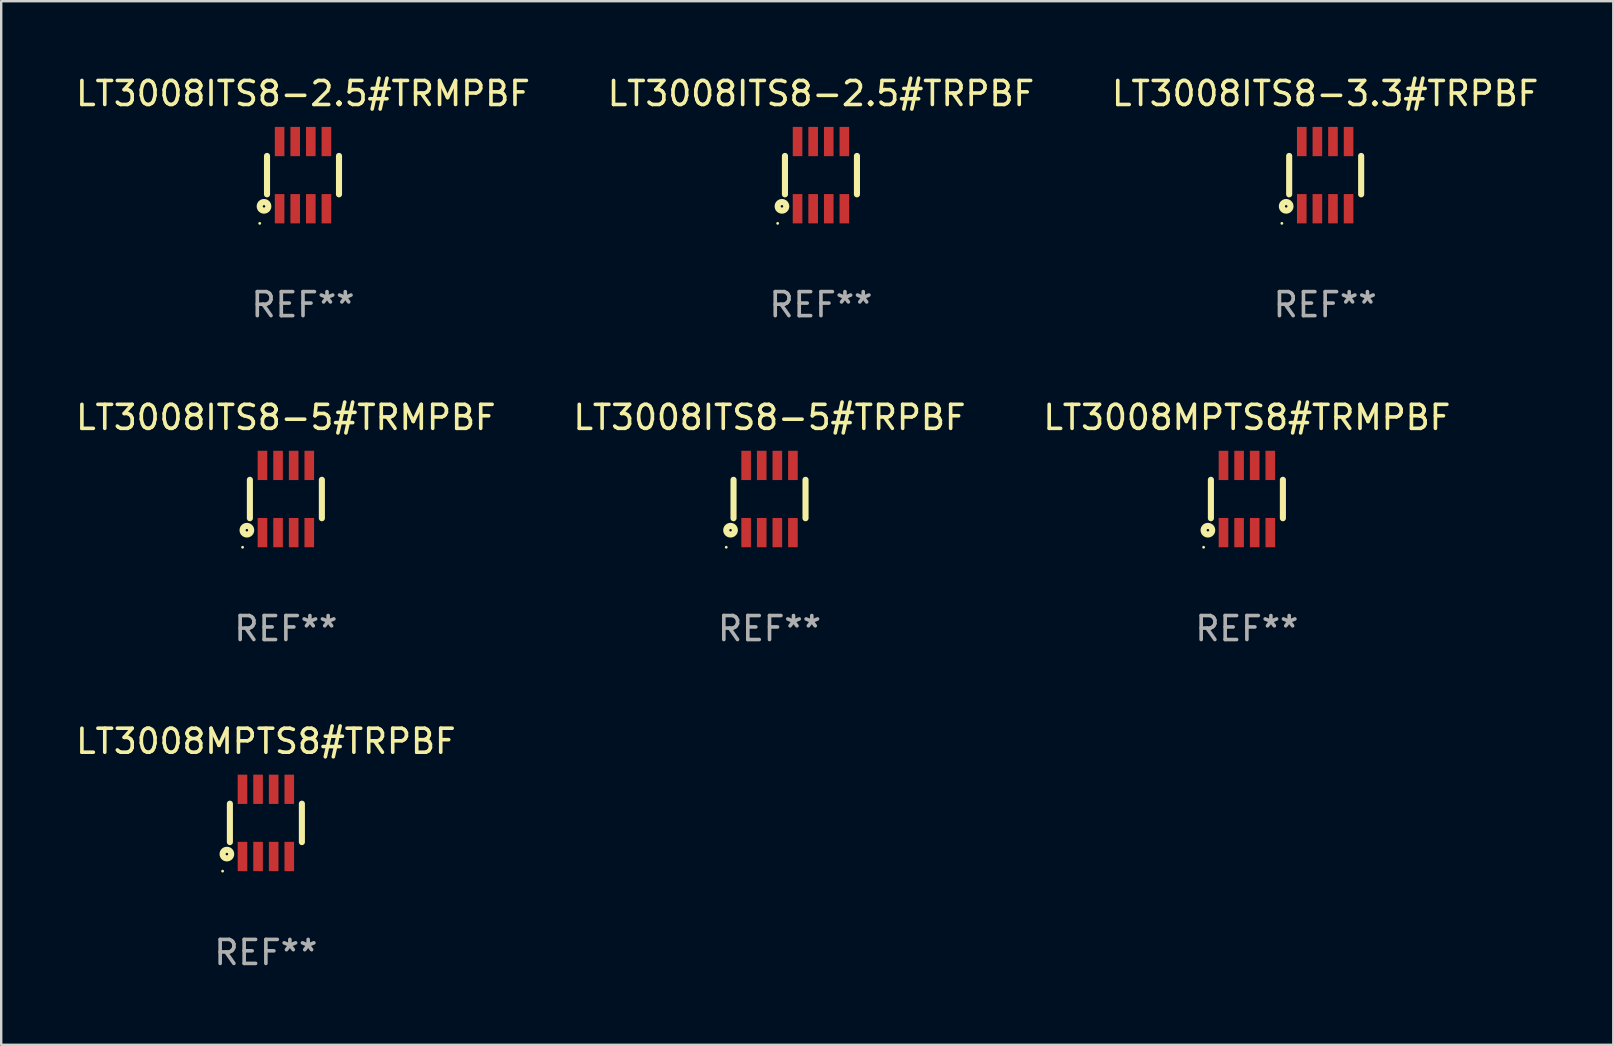
<source format=kicad_pcb>
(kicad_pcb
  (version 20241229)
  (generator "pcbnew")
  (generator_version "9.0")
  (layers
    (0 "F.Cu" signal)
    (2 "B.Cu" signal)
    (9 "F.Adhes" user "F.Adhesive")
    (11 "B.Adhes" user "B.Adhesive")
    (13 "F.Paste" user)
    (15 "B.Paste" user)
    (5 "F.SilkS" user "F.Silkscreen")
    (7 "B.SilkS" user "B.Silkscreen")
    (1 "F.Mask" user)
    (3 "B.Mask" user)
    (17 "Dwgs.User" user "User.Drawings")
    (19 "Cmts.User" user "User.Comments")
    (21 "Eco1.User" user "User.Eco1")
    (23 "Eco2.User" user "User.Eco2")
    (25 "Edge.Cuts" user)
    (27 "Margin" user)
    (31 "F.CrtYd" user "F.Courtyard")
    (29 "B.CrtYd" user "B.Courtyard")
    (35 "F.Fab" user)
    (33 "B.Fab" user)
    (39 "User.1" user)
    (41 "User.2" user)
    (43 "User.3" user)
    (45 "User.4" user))
  (footprint "LT3008MPTS8#TRMPBF"
    (layer "F.Cu")
    (at 48.911 17.745)
    (property "Reference" "LT3008MPTS8#TRMPBF" (at 0 -3.4 0) (layer "F.SilkS") (effects (font (size 1 1) (thickness 0.15))))
    (attr through_hole)
    (fp_line (start -1.5 0.8) (end -1.5 -0.8) (stroke (width 0.254) (type solid)) (layer "F.SilkS"))
    (fp_line (start 1.5 -0.8) (end 1.5 0.8) (stroke (width 0.254) (type solid)) (layer "F.SilkS"))
    (fp_circle (center -1.804 2.01) (end -1.774 2.01) (stroke (width 0.06) (type solid)) (fill no) (layer "F.SilkS"))
    (fp_circle (center -1.625 1.3) (end -1.573 1.3) (stroke (width 0.254) (type solid)) (fill no) (layer "F.SilkS"))
    (fp_text user "REF**" (at 0 5.4 0) (layer "F.Fab") (effects (font (size 1 1) (thickness 0.15))))
    (pad "1" smd rect (at -0.975 1.4 180) (size 0.4 1.22) (layers "F.Cu" "F.Mask" "F.Paste"))
    (pad "2" smd rect (at -0.325 1.4 180) (size 0.4 1.22) (layers "F.Cu" "F.Mask" "F.Paste"))
    (pad "3" smd rect (at 0.325 1.4 180) (size 0.4 1.22) (layers "F.Cu" "F.Mask" "F.Paste"))
    (pad "4" smd rect (at 0.975 1.4 180) (size 0.4 1.22) (layers "F.Cu" "F.Mask" "F.Paste"))
    (pad "5" smd rect (at 0.975 -1.4 180) (size 0.4 1.22) (layers "F.Cu" "F.Mask" "F.Paste"))
    (pad "6" smd rect (at 0.325 -1.4 180) (size 0.4 1.22) (layers "F.Cu" "F.Mask" "F.Paste"))
    (pad "7" smd rect (at -0.325 -1.4 180) (size 0.4 1.22) (layers "F.Cu" "F.Mask" "F.Paste"))
    (pad "8" smd rect (at -0.975 -1.4 180) (size 0.4 1.22) (layers "F.Cu" "F.Mask" "F.Paste")))
  (footprint "LT3008ITS8-2.5#TRPBF"
    (layer "F.Cu")
    (at 31.161 4.248)
    (property "Reference" "LT3008ITS8-2.5#TRPBF" (at 0 -3.4 0) (layer "F.SilkS") (effects (font (size 1 1) (thickness 0.15))))
    (attr through_hole)
    (fp_line (start -1.5 0.8) (end -1.5 -0.8) (stroke (width 0.254) (type solid)) (layer "F.SilkS"))
    (fp_line (start 1.5 -0.8) (end 1.5 0.8) (stroke (width 0.254) (type solid)) (layer "F.SilkS"))
    (fp_circle (center -1.804 2.01) (end -1.774 2.01) (stroke (width 0.06) (type solid)) (fill no) (layer "F.SilkS"))
    (fp_circle (center -1.625 1.3) (end -1.573 1.3) (stroke (width 0.254) (type solid)) (fill no) (layer "F.SilkS"))
    (fp_text user "REF**" (at 0 5.4 0) (layer "F.Fab") (effects (font (size 1 1) (thickness 0.15))))
    (pad "1" smd rect (at -0.975 1.4 180) (size 0.4 1.22) (layers "F.Cu" "F.Mask" "F.Paste"))
    (pad "2" smd rect (at -0.325 1.4 180) (size 0.4 1.22) (layers "F.Cu" "F.Mask" "F.Paste"))
    (pad "3" smd rect (at 0.325 1.4 180) (size 0.4 1.22) (layers "F.Cu" "F.Mask" "F.Paste"))
    (pad "4" smd rect (at 0.975 1.4 180) (size 0.4 1.22) (layers "F.Cu" "F.Mask" "F.Paste"))
    (pad "5" smd rect (at 0.975 -1.4 180) (size 0.4 1.22) (layers "F.Cu" "F.Mask" "F.Paste"))
    (pad "6" smd rect (at 0.325 -1.4 180) (size 0.4 1.22) (layers "F.Cu" "F.Mask" "F.Paste"))
    (pad "7" smd rect (at -0.325 -1.4 180) (size 0.4 1.22) (layers "F.Cu" "F.Mask" "F.Paste"))
    (pad "8" smd rect (at -0.975 -1.4 180) (size 0.4 1.22) (layers "F.Cu" "F.Mask" "F.Paste")))
  (footprint "LT3008ITS8-5#TRMPBF"
    (layer "F.Cu")
    (at 8.863 17.745)
    (property "Reference" "LT3008ITS8-5#TRMPBF" (at 0 -3.4 0) (layer "F.SilkS") (effects (font (size 1 1) (thickness 0.15))))
    (attr through_hole)
    (fp_line (start -1.5 0.8) (end -1.5 -0.8) (stroke (width 0.254) (type solid)) (layer "F.SilkS"))
    (fp_line (start 1.5 -0.8) (end 1.5 0.8) (stroke (width 0.254) (type solid)) (layer "F.SilkS"))
    (fp_circle (center -1.804 2.01) (end -1.774 2.01) (stroke (width 0.06) (type solid)) (fill no) (layer "F.SilkS"))
    (fp_circle (center -1.625 1.3) (end -1.573 1.3) (stroke (width 0.254) (type solid)) (fill no) (layer "F.SilkS"))
    (fp_text user "REF**" (at 0 5.4 0) (layer "F.Fab") (effects (font (size 1 1) (thickness 0.15))))
    (pad "1" smd rect (at -0.975 1.4 180) (size 0.4 1.22) (layers "F.Cu" "F.Mask" "F.Paste"))
    (pad "2" smd rect (at -0.325 1.4 180) (size 0.4 1.22) (layers "F.Cu" "F.Mask" "F.Paste"))
    (pad "3" smd rect (at 0.325 1.4 180) (size 0.4 1.22) (layers "F.Cu" "F.Mask" "F.Paste"))
    (pad "4" smd rect (at 0.975 1.4 180) (size 0.4 1.22) (layers "F.Cu" "F.Mask" "F.Paste"))
    (pad "5" smd rect (at 0.975 -1.4 180) (size 0.4 1.22) (layers "F.Cu" "F.Mask" "F.Paste"))
    (pad "6" smd rect (at 0.325 -1.4 180) (size 0.4 1.22) (layers "F.Cu" "F.Mask" "F.Paste"))
    (pad "7" smd rect (at -0.325 -1.4 180) (size 0.4 1.22) (layers "F.Cu" "F.Mask" "F.Paste"))
    (pad "8" smd rect (at -0.975 -1.4 180) (size 0.4 1.22) (layers "F.Cu" "F.Mask" "F.Paste")))
  (footprint "LT3008ITS8-3.3#TRPBF"
    (layer "F.Cu")
    (at 52.173 4.248)
    (property "Reference" "LT3008ITS8-3.3#TRPBF" (at 0 -3.4 0) (layer "F.SilkS") (effects (font (size 1 1) (thickness 0.15))))
    (attr through_hole)
    (fp_line (start -1.5 0.8) (end -1.5 -0.8) (stroke (width 0.254) (type solid)) (layer "F.SilkS"))
    (fp_line (start 1.5 -0.8) (end 1.5 0.8) (stroke (width 0.254) (type solid)) (layer "F.SilkS"))
    (fp_circle (center -1.804 2.01) (end -1.774 2.01) (stroke (width 0.06) (type solid)) (fill no) (layer "F.SilkS"))
    (fp_circle (center -1.625 1.3) (end -1.573 1.3) (stroke (width 0.254) (type solid)) (fill no) (layer "F.SilkS"))
    (fp_text user "REF**" (at 0 5.4 0) (layer "F.Fab") (effects (font (size 1 1) (thickness 0.15))))
    (pad "1" smd rect (at -0.975 1.4 180) (size 0.4 1.22) (layers "F.Cu" "F.Mask" "F.Paste"))
    (pad "2" smd rect (at -0.325 1.4 180) (size 0.4 1.22) (layers "F.Cu" "F.Mask" "F.Paste"))
    (pad "3" smd rect (at 0.325 1.4 180) (size 0.4 1.22) (layers "F.Cu" "F.Mask" "F.Paste"))
    (pad "4" smd rect (at 0.975 1.4 180) (size 0.4 1.22) (layers "F.Cu" "F.Mask" "F.Paste"))
    (pad "5" smd rect (at 0.975 -1.4 180) (size 0.4 1.22) (layers "F.Cu" "F.Mask" "F.Paste"))
    (pad "6" smd rect (at 0.325 -1.4 180) (size 0.4 1.22) (layers "F.Cu" "F.Mask" "F.Paste"))
    (pad "7" smd rect (at -0.325 -1.4 180) (size 0.4 1.22) (layers "F.Cu" "F.Mask" "F.Paste"))
    (pad "8" smd rect (at -0.975 -1.4 180) (size 0.4 1.22) (layers "F.Cu" "F.Mask" "F.Paste")))
  (footprint "LT3008ITS8-2.5#TRMPBF"
    (layer "F.Cu")
    (at 9.577 4.248)
    (property "Reference" "LT3008ITS8-2.5#TRMPBF" (at 0 -3.4 0) (layer "F.SilkS") (effects (font (size 1 1) (thickness 0.15))))
    (attr through_hole)
    (fp_line (start -1.5 0.8) (end -1.5 -0.8) (stroke (width 0.254) (type solid)) (layer "F.SilkS"))
    (fp_line (start 1.5 -0.8) (end 1.5 0.8) (stroke (width 0.254) (type solid)) (layer "F.SilkS"))
    (fp_circle (center -1.804 2.01) (end -1.774 2.01) (stroke (width 0.06) (type solid)) (fill no) (layer "F.SilkS"))
    (fp_circle (center -1.625 1.3) (end -1.573 1.3) (stroke (width 0.254) (type solid)) (fill no) (layer "F.SilkS"))
    (fp_text user "REF**" (at 0 5.4 0) (layer "F.Fab") (effects (font (size 1 1) (thickness 0.15))))
    (pad "1" smd rect (at -0.975 1.4 180) (size 0.4 1.22) (layers "F.Cu" "F.Mask" "F.Paste"))
    (pad "2" smd rect (at -0.325 1.4 180) (size 0.4 1.22) (layers "F.Cu" "F.Mask" "F.Paste"))
    (pad "3" smd rect (at 0.325 1.4 180) (size 0.4 1.22) (layers "F.Cu" "F.Mask" "F.Paste"))
    (pad "4" smd rect (at 0.975 1.4 180) (size 0.4 1.22) (layers "F.Cu" "F.Mask" "F.Paste"))
    (pad "5" smd rect (at 0.975 -1.4 180) (size 0.4 1.22) (layers "F.Cu" "F.Mask" "F.Paste"))
    (pad "6" smd rect (at 0.325 -1.4 180) (size 0.4 1.22) (layers "F.Cu" "F.Mask" "F.Paste"))
    (pad "7" smd rect (at -0.325 -1.4 180) (size 0.4 1.22) (layers "F.Cu" "F.Mask" "F.Paste"))
    (pad "8" smd rect (at -0.975 -1.4 180) (size 0.4 1.22) (layers "F.Cu" "F.Mask" "F.Paste")))
  (footprint "LT3008ITS8-5#TRPBF"
    (layer "F.Cu")
    (at 29.018 17.745)
    (property "Reference" "LT3008ITS8-5#TRPBF" (at 0 -3.4 0) (layer "F.SilkS") (effects (font (size 1 1) (thickness 0.15))))
    (attr through_hole)
    (fp_line (start -1.5 0.8) (end -1.5 -0.8) (stroke (width 0.254) (type solid)) (layer "F.SilkS"))
    (fp_line (start 1.5 -0.8) (end 1.5 0.8) (stroke (width 0.254) (type solid)) (layer "F.SilkS"))
    (fp_circle (center -1.804 2.01) (end -1.774 2.01) (stroke (width 0.06) (type solid)) (fill no) (layer "F.SilkS"))
    (fp_circle (center -1.625 1.3) (end -1.573 1.3) (stroke (width 0.254) (type solid)) (fill no) (layer "F.SilkS"))
    (fp_text user "REF**" (at 0 5.4 0) (layer "F.Fab") (effects (font (size 1 1) (thickness 0.15))))
    (pad "1" smd rect (at -0.975 1.4 180) (size 0.4 1.22) (layers "F.Cu" "F.Mask" "F.Paste"))
    (pad "2" smd rect (at -0.325 1.4 180) (size 0.4 1.22) (layers "F.Cu" "F.Mask" "F.Paste"))
    (pad "3" smd rect (at 0.325 1.4 180) (size 0.4 1.22) (layers "F.Cu" "F.Mask" "F.Paste"))
    (pad "4" smd rect (at 0.975 1.4 180) (size 0.4 1.22) (layers "F.Cu" "F.Mask" "F.Paste"))
    (pad "5" smd rect (at 0.975 -1.4 180) (size 0.4 1.22) (layers "F.Cu" "F.Mask" "F.Paste"))
    (pad "6" smd rect (at 0.325 -1.4 180) (size 0.4 1.22) (layers "F.Cu" "F.Mask" "F.Paste"))
    (pad "7" smd rect (at -0.325 -1.4 180) (size 0.4 1.22) (layers "F.Cu" "F.Mask" "F.Paste"))
    (pad "8" smd rect (at -0.975 -1.4 180) (size 0.4 1.22) (layers "F.Cu" "F.Mask" "F.Paste")))
  (footprint "LT3008MPTS8#TRPBF"
    (layer "F.Cu")
    (at 8.03 31.242)
    (property "Reference" "LT3008MPTS8#TRPBF" (at 0 -3.4 0) (layer "F.SilkS") (effects (font (size 1 1) (thickness 0.15))))
    (attr through_hole)
    (fp_line (start -1.5 0.8) (end -1.5 -0.8) (stroke (width 0.254) (type solid)) (layer "F.SilkS"))
    (fp_line (start 1.5 -0.8) (end 1.5 0.8) (stroke (width 0.254) (type solid)) (layer "F.SilkS"))
    (fp_circle (center -1.804 2.01) (end -1.774 2.01) (stroke (width 0.06) (type solid)) (fill no) (layer "F.SilkS"))
    (fp_circle (center -1.625 1.3) (end -1.573 1.3) (stroke (width 0.254) (type solid)) (fill no) (layer "F.SilkS"))
    (fp_text user "REF**" (at 0 5.4 0) (layer "F.Fab") (effects (font (size 1 1) (thickness 0.15))))
    (pad "1" smd rect (at -0.975 1.4 180) (size 0.4 1.22) (layers "F.Cu" "F.Mask" "F.Paste"))
    (pad "2" smd rect (at -0.325 1.4 180) (size 0.4 1.22) (layers "F.Cu" "F.Mask" "F.Paste"))
    (pad "3" smd rect (at 0.325 1.4 180) (size 0.4 1.22) (layers "F.Cu" "F.Mask" "F.Paste"))
    (pad "4" smd rect (at 0.975 1.4 180) (size 0.4 1.22) (layers "F.Cu" "F.Mask" "F.Paste"))
    (pad "5" smd rect (at 0.975 -1.4 180) (size 0.4 1.22) (layers "F.Cu" "F.Mask" "F.Paste"))
    (pad "6" smd rect (at 0.325 -1.4 180) (size 0.4 1.22) (layers "F.Cu" "F.Mask" "F.Paste"))
    (pad "7" smd rect (at -0.325 -1.4 180) (size 0.4 1.22) (layers "F.Cu" "F.Mask" "F.Paste"))
    (pad "8" smd rect (at -0.975 -1.4 180) (size 0.4 1.22) (layers "F.Cu" "F.Mask" "F.Paste")))
  (gr_rect
    (start -3 -3)
    (end 64.179 40.49)
    (stroke (width 0.1) (type default))
    (fill no)
    (layer "Edge.Cuts")))
</source>
